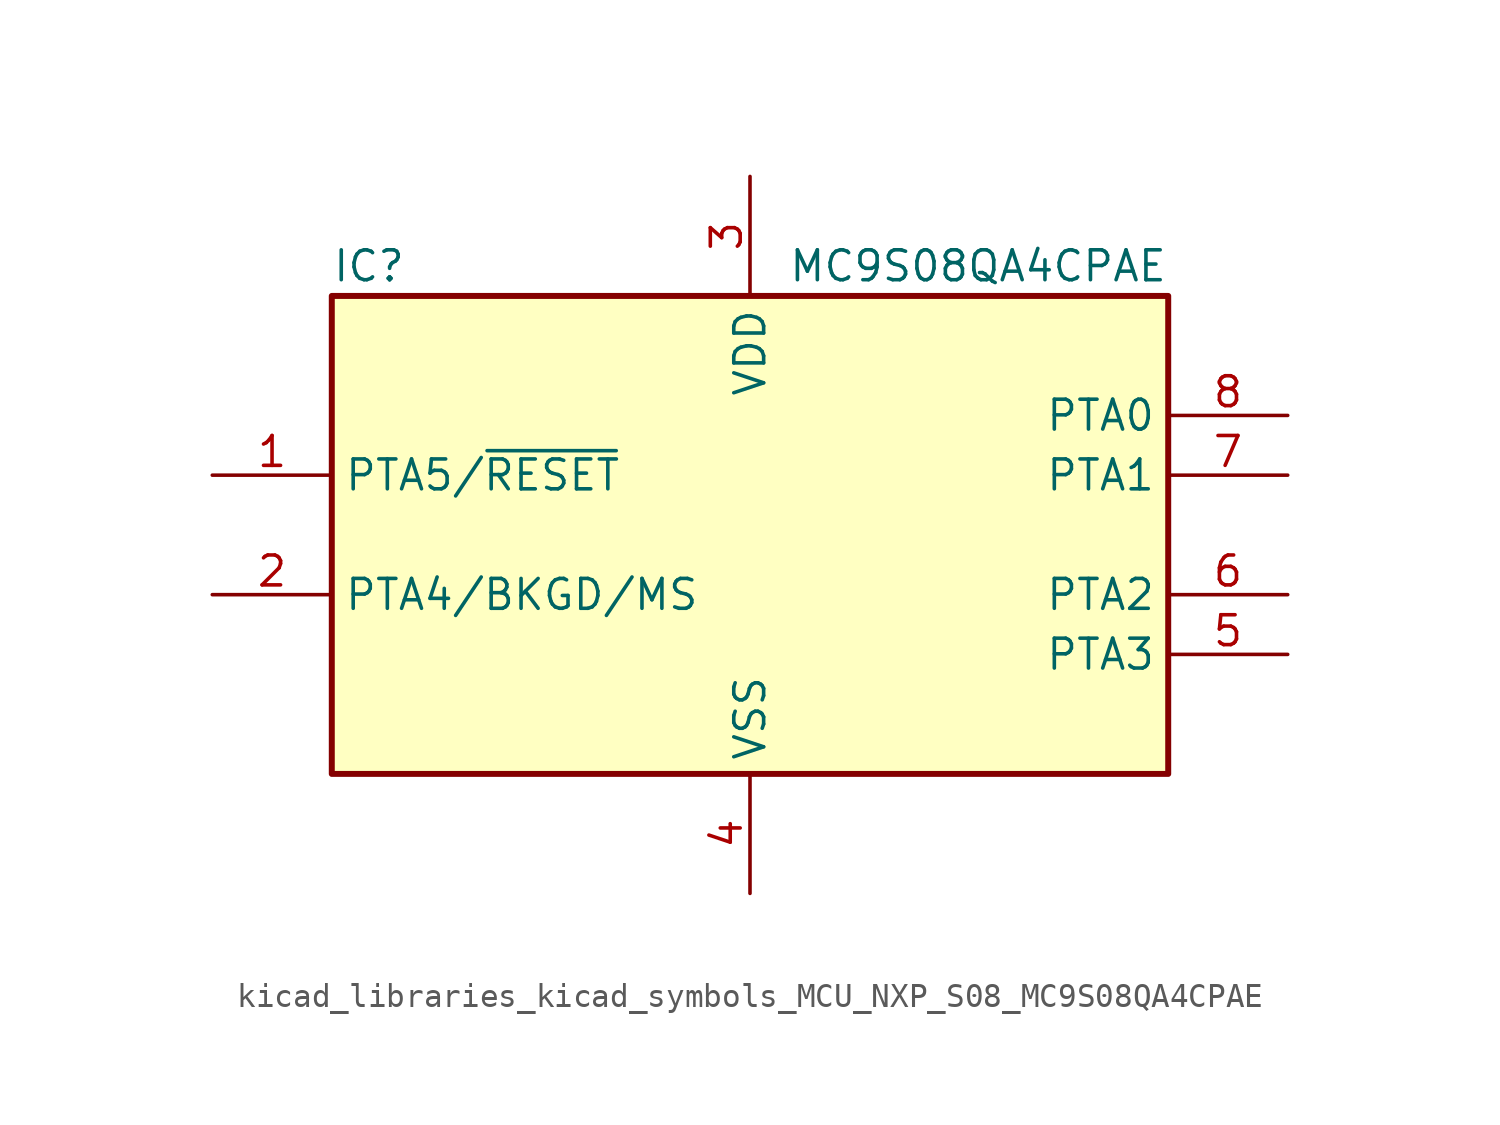
<source format=kicad_sym>
(kicad_symbol_lib
  (version 20220914)
  (generator kicad_symbol_editor)
  (symbol "kicad_libraries_kicad_symbols_MCU_NXP_S08_MC9S08QA4CPAE"
    (property "Reference" "IC"
      (at -17.78 11.43 0)
      (effects (font (size 1.27 1.27)) (justify left)))
    (property "Value" "MC9S08QA4CPAE"
      (at 17.78 11.43 0)
      (effects (font (size 1.27 1.27)) (justify right)))
    (symbol "kicad_libraries_kicad_symbols_MCU_NXP_S08_MC9S08QA4CPAE_0_1"
      (rectangle (start -17.78 10.16) (end 17.78 -10.16) (stroke (width 0.254) (type default)) (fill (type background))))
    (symbol "kicad_libraries_kicad_symbols_MCU_NXP_S08_MC9S08QA4CPAE_1_1"
      (pin bidirectional line (at -22.86 2.54 0) (length 5.08) (name "PTA5/~{RESET}" (effects (font (size 1.27 1.27)))) (number "1" (effects (font (size 1.27 1.27)))))
      (pin bidirectional line (at -22.86 -2.54 0) (length 5.08) (name "PTA4/BKGD/MS" (effects (font (size 1.27 1.27)))) (number "2" (effects (font (size 1.27 1.27)))))
      (pin power_in line (at 0 15.24 270) (length 5.08) (name "VDD" (effects (font (size 1.27 1.27)))) (number "3" (effects (font (size 1.27 1.27)))))
      (pin power_in line (at 0 -15.24 90) (length 5.08) (name "VSS" (effects (font (size 1.27 1.27)))) (number "4" (effects (font (size 1.27 1.27)))))
      (pin bidirectional line (at 22.86 -5.08 180) (length 5.08) (name "PTA3" (effects (font (size 1.27 1.27)))) (number "5" (effects (font (size 1.27 1.27)))))
      (pin bidirectional line (at 22.86 -2.54 180) (length 5.08) (name "PTA2" (effects (font (size 1.27 1.27)))) (number "6" (effects (font (size 1.27 1.27)))))
      (pin bidirectional line (at 22.86 2.54 180) (length 5.08) (name "PTA1" (effects (font (size 1.27 1.27)))) (number "7" (effects (font (size 1.27 1.27)))))
      (pin bidirectional line (at 22.86 5.08 180) (length 5.08) (name "PTA0" (effects (font (size 1.27 1.27)))) (number "8" (effects (font (size 1.27 1.27))))))))
</source>
